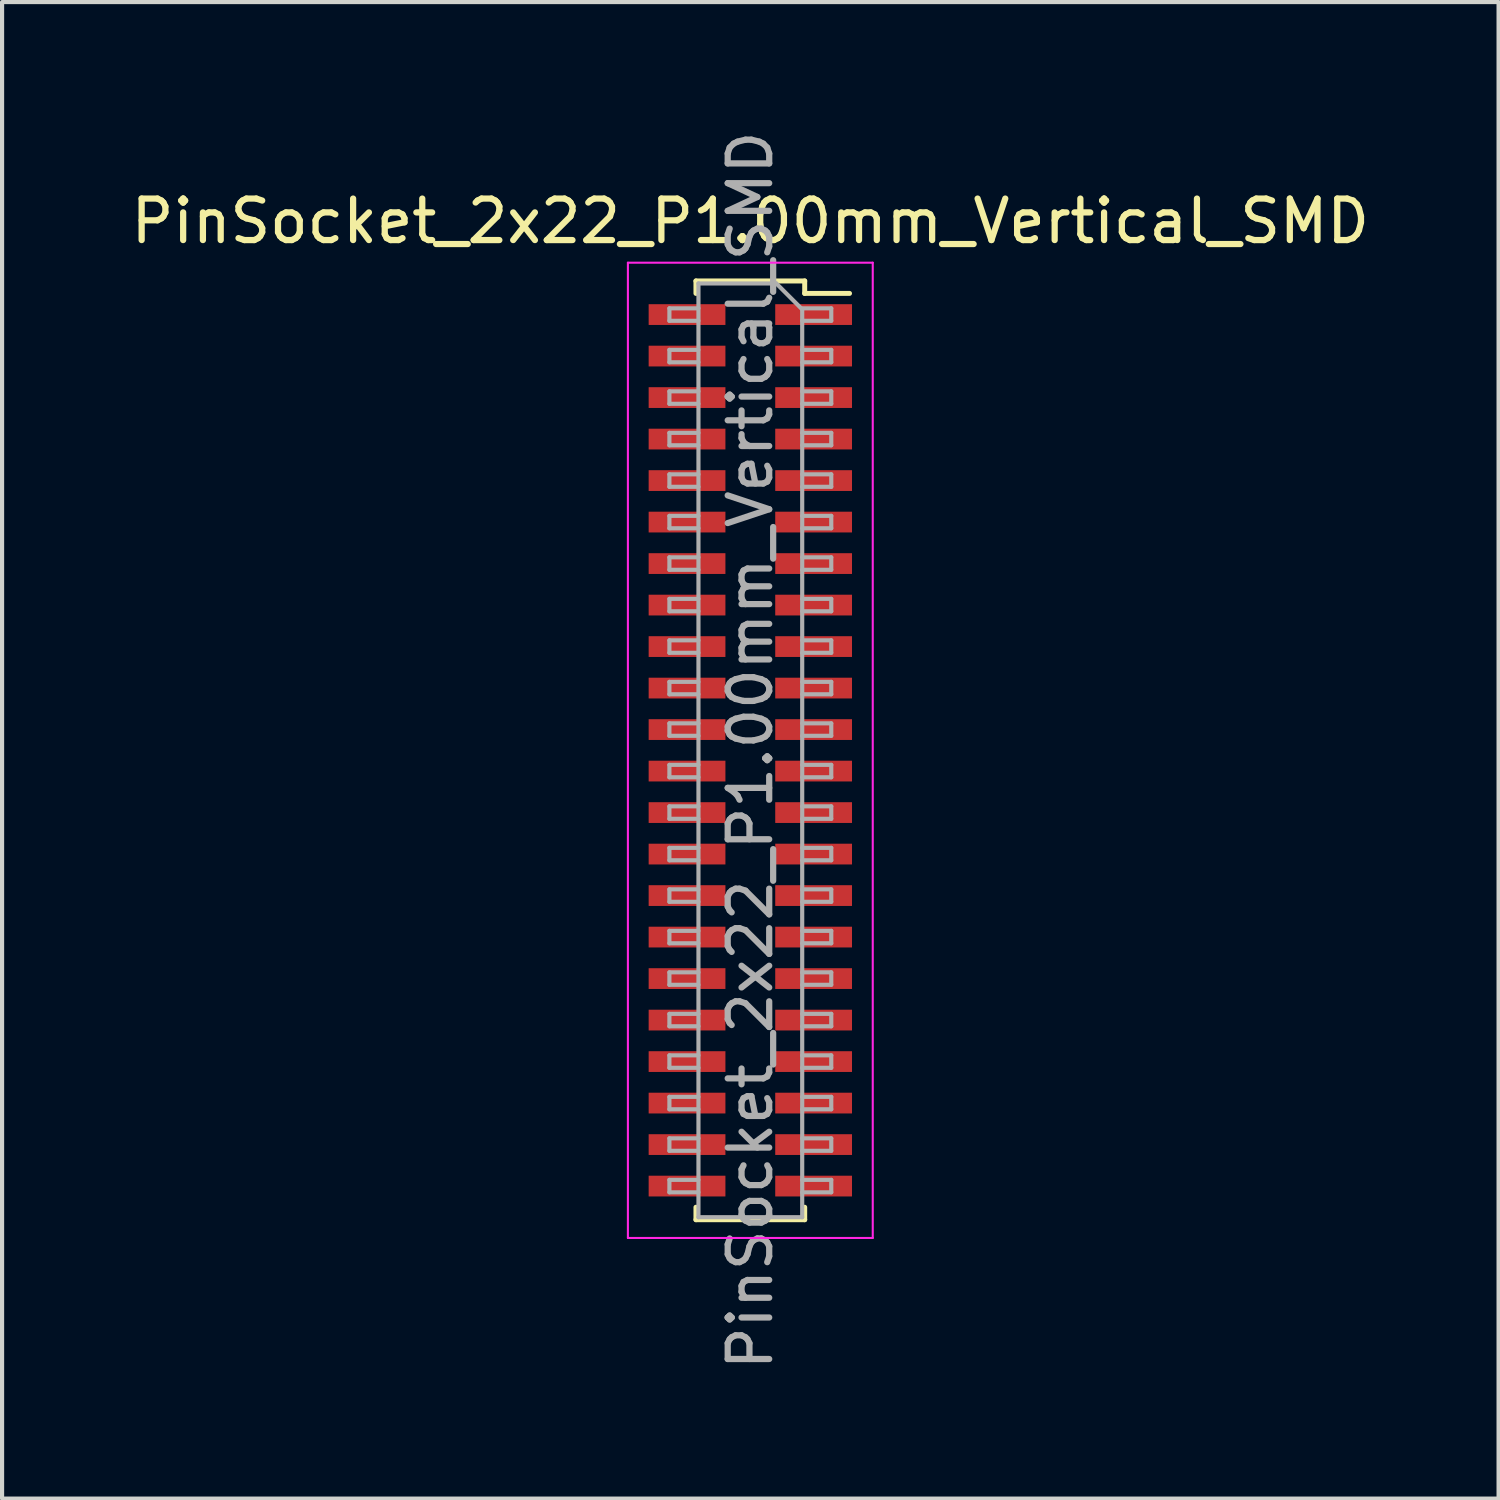
<source format=kicad_pcb>
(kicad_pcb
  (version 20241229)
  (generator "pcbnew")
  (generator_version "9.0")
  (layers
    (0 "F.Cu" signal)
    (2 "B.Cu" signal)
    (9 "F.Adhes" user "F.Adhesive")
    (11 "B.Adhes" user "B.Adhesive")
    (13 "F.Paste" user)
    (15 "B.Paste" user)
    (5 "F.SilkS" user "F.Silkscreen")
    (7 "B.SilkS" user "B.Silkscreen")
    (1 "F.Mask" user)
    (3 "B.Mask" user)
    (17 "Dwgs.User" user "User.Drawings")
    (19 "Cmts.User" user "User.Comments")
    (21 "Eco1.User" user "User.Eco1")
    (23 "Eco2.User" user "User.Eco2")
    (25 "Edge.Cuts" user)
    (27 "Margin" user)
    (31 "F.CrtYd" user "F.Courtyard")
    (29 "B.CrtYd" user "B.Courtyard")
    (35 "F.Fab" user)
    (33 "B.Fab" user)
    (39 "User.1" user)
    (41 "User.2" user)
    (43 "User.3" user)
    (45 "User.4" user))
  (footprint "PinSocket_2x22_P1.00mm_Vertical_SMD"
    (layer "F.Cu")
    (at 15.03 15.03)
    (property "Reference" "PinSocket_2x22_P1.00mm_Vertical_SMD" (at 0 -12.75 0) (layer "F.SilkS") (effects (font (size 1 1) (thickness 0.15))))
    (attr smd)
    (fp_line (start -1.31 -11.31) (end -1.31 -11.01) (stroke (width 0.12) (type solid)) (layer "F.SilkS"))
    (fp_line (start -1.31 -11.31) (end 1.31 -11.31) (stroke (width 0.12) (type solid)) (layer "F.SilkS"))
    (fp_line (start -1.31 11.01) (end -1.31 11.31) (stroke (width 0.12) (type solid)) (layer "F.SilkS"))
    (fp_line (start -1.31 11.31) (end 1.31 11.31) (stroke (width 0.12) (type solid)) (layer "F.SilkS"))
    (fp_line (start 1.31 -11.31) (end 1.31 -11.01) (stroke (width 0.12) (type solid)) (layer "F.SilkS"))
    (fp_line (start 1.31 -11.01) (end 2.39 -11.01) (stroke (width 0.12) (type solid)) (layer "F.SilkS"))
    (fp_line (start 1.31 11.01) (end 1.31 11.31) (stroke (width 0.12) (type solid)) (layer "F.SilkS"))
    (fp_line (start -2.95 -11.75) (end 2.95 -11.75) (stroke (width 0.05) (type solid)) (layer "F.CrtYd"))
    (fp_line (start -2.95 11.75) (end -2.95 -11.75) (stroke (width 0.05) (type solid)) (layer "F.CrtYd"))
    (fp_line (start 2.95 -11.75) (end 2.95 11.75) (stroke (width 0.05) (type solid)) (layer "F.CrtYd"))
    (fp_line (start 2.95 11.75) (end -2.95 11.75) (stroke (width 0.05) (type solid)) (layer "F.CrtYd"))
    (fp_line (start -1.95 -10.65) (end -1.25 -10.65) (stroke (width 0.1) (type solid)) (layer "F.Fab"))
    (fp_line (start -1.95 -10.35) (end -1.95 -10.65) (stroke (width 0.1) (type solid)) (layer "F.Fab"))
    (fp_line (start -1.95 -9.65) (end -1.25 -9.65) (stroke (width 0.1) (type solid)) (layer "F.Fab"))
    (fp_line (start -1.95 -9.35) (end -1.95 -9.65) (stroke (width 0.1) (type solid)) (layer "F.Fab"))
    (fp_line (start -1.95 -8.65) (end -1.25 -8.65) (stroke (width 0.1) (type solid)) (layer "F.Fab"))
    (fp_line (start -1.95 -8.35) (end -1.95 -8.65) (stroke (width 0.1) (type solid)) (layer "F.Fab"))
    (fp_line (start -1.95 -7.65) (end -1.25 -7.65) (stroke (width 0.1) (type solid)) (layer "F.Fab"))
    (fp_line (start -1.95 -7.35) (end -1.95 -7.65) (stroke (width 0.1) (type solid)) (layer "F.Fab"))
    (fp_line (start -1.95 -6.65) (end -1.25 -6.65) (stroke (width 0.1) (type solid)) (layer "F.Fab"))
    (fp_line (start -1.95 -6.35) (end -1.95 -6.65) (stroke (width 0.1) (type solid)) (layer "F.Fab"))
    (fp_line (start -1.95 -5.65) (end -1.25 -5.65) (stroke (width 0.1) (type solid)) (layer "F.Fab"))
    (fp_line (start -1.95 -5.35) (end -1.95 -5.65) (stroke (width 0.1) (type solid)) (layer "F.Fab"))
    (fp_line (start -1.95 -4.65) (end -1.25 -4.65) (stroke (width 0.1) (type solid)) (layer "F.Fab"))
    (fp_line (start -1.95 -4.35) (end -1.95 -4.65) (stroke (width 0.1) (type solid)) (layer "F.Fab"))
    (fp_line (start -1.95 -3.65) (end -1.25 -3.65) (stroke (width 0.1) (type solid)) (layer "F.Fab"))
    (fp_line (start -1.95 -3.35) (end -1.95 -3.65) (stroke (width 0.1) (type solid)) (layer "F.Fab"))
    (fp_line (start -1.95 -2.65) (end -1.25 -2.65) (stroke (width 0.1) (type solid)) (layer "F.Fab"))
    (fp_line (start -1.95 -2.35) (end -1.95 -2.65) (stroke (width 0.1) (type solid)) (layer "F.Fab"))
    (fp_line (start -1.95 -1.65) (end -1.25 -1.65) (stroke (width 0.1) (type solid)) (layer "F.Fab"))
    (fp_line (start -1.95 -1.35) (end -1.95 -1.65) (stroke (width 0.1) (type solid)) (layer "F.Fab"))
    (fp_line (start -1.95 -0.65) (end -1.25 -0.65) (stroke (width 0.1) (type solid)) (layer "F.Fab"))
    (fp_line (start -1.95 -0.35) (end -1.95 -0.65) (stroke (width 0.1) (type solid)) (layer "F.Fab"))
    (fp_line (start -1.95 0.35) (end -1.25 0.35) (stroke (width 0.1) (type solid)) (layer "F.Fab"))
    (fp_line (start -1.95 0.65) (end -1.95 0.35) (stroke (width 0.1) (type solid)) (layer "F.Fab"))
    (fp_line (start -1.95 1.35) (end -1.25 1.35) (stroke (width 0.1) (type solid)) (layer "F.Fab"))
    (fp_line (start -1.95 1.65) (end -1.95 1.35) (stroke (width 0.1) (type solid)) (layer "F.Fab"))
    (fp_line (start -1.95 2.35) (end -1.25 2.35) (stroke (width 0.1) (type solid)) (layer "F.Fab"))
    (fp_line (start -1.95 2.65) (end -1.95 2.35) (stroke (width 0.1) (type solid)) (layer "F.Fab"))
    (fp_line (start -1.95 3.35) (end -1.25 3.35) (stroke (width 0.1) (type solid)) (layer "F.Fab"))
    (fp_line (start -1.95 3.65) (end -1.95 3.35) (stroke (width 0.1) (type solid)) (layer "F.Fab"))
    (fp_line (start -1.95 4.35) (end -1.25 4.35) (stroke (width 0.1) (type solid)) (layer "F.Fab"))
    (fp_line (start -1.95 4.65) (end -1.95 4.35) (stroke (width 0.1) (type solid)) (layer "F.Fab"))
    (fp_line (start -1.95 5.35) (end -1.25 5.35) (stroke (width 0.1) (type solid)) (layer "F.Fab"))
    (fp_line (start -1.95 5.65) (end -1.95 5.35) (stroke (width 0.1) (type solid)) (layer "F.Fab"))
    (fp_line (start -1.95 6.35) (end -1.25 6.35) (stroke (width 0.1) (type solid)) (layer "F.Fab"))
    (fp_line (start -1.95 6.65) (end -1.95 6.35) (stroke (width 0.1) (type solid)) (layer "F.Fab"))
    (fp_line (start -1.95 7.35) (end -1.25 7.35) (stroke (width 0.1) (type solid)) (layer "F.Fab"))
    (fp_line (start -1.95 7.65) (end -1.95 7.35) (stroke (width 0.1) (type solid)) (layer "F.Fab"))
    (fp_line (start -1.95 8.35) (end -1.25 8.35) (stroke (width 0.1) (type solid)) (layer "F.Fab"))
    (fp_line (start -1.95 8.65) (end -1.95 8.35) (stroke (width 0.1) (type solid)) (layer "F.Fab"))
    (fp_line (start -1.95 9.35) (end -1.25 9.35) (stroke (width 0.1) (type solid)) (layer "F.Fab"))
    (fp_line (start -1.95 9.65) (end -1.95 9.35) (stroke (width 0.1) (type solid)) (layer "F.Fab"))
    (fp_line (start -1.95 10.35) (end -1.25 10.35) (stroke (width 0.1) (type solid)) (layer "F.Fab"))
    (fp_line (start -1.95 10.65) (end -1.95 10.35) (stroke (width 0.1) (type solid)) (layer "F.Fab"))
    (fp_line (start -1.25 -11.25) (end 0.625 -11.25) (stroke (width 0.1) (type solid)) (layer "F.Fab"))
    (fp_line (start -1.25 -10.35) (end -1.95 -10.35) (stroke (width 0.1) (type solid)) (layer "F.Fab"))
    (fp_line (start -1.25 -9.35) (end -1.95 -9.35) (stroke (width 0.1) (type solid)) (layer "F.Fab"))
    (fp_line (start -1.25 -8.35) (end -1.95 -8.35) (stroke (width 0.1) (type solid)) (layer "F.Fab"))
    (fp_line (start -1.25 -7.35) (end -1.95 -7.35) (stroke (width 0.1) (type solid)) (layer "F.Fab"))
    (fp_line (start -1.25 -6.35) (end -1.95 -6.35) (stroke (width 0.1) (type solid)) (layer "F.Fab"))
    (fp_line (start -1.25 -5.35) (end -1.95 -5.35) (stroke (width 0.1) (type solid)) (layer "F.Fab"))
    (fp_line (start -1.25 -4.35) (end -1.95 -4.35) (stroke (width 0.1) (type solid)) (layer "F.Fab"))
    (fp_line (start -1.25 -3.35) (end -1.95 -3.35) (stroke (width 0.1) (type solid)) (layer "F.Fab"))
    (fp_line (start -1.25 -2.35) (end -1.95 -2.35) (stroke (width 0.1) (type solid)) (layer "F.Fab"))
    (fp_line (start -1.25 -1.35) (end -1.95 -1.35) (stroke (width 0.1) (type solid)) (layer "F.Fab"))
    (fp_line (start -1.25 -0.35) (end -1.95 -0.35) (stroke (width 0.1) (type solid)) (layer "F.Fab"))
    (fp_line (start -1.25 0.65) (end -1.95 0.65) (stroke (width 0.1) (type solid)) (layer "F.Fab"))
    (fp_line (start -1.25 1.65) (end -1.95 1.65) (stroke (width 0.1) (type solid)) (layer "F.Fab"))
    (fp_line (start -1.25 2.65) (end -1.95 2.65) (stroke (width 0.1) (type solid)) (layer "F.Fab"))
    (fp_line (start -1.25 3.65) (end -1.95 3.65) (stroke (width 0.1) (type solid)) (layer "F.Fab"))
    (fp_line (start -1.25 4.65) (end -1.95 4.65) (stroke (width 0.1) (type solid)) (layer "F.Fab"))
    (fp_line (start -1.25 5.65) (end -1.95 5.65) (stroke (width 0.1) (type solid)) (layer "F.Fab"))
    (fp_line (start -1.25 6.65) (end -1.95 6.65) (stroke (width 0.1) (type solid)) (layer "F.Fab"))
    (fp_line (start -1.25 7.65) (end -1.95 7.65) (stroke (width 0.1) (type solid)) (layer "F.Fab"))
    (fp_line (start -1.25 8.65) (end -1.95 8.65) (stroke (width 0.1) (type solid)) (layer "F.Fab"))
    (fp_line (start -1.25 9.65) (end -1.95 9.65) (stroke (width 0.1) (type solid)) (layer "F.Fab"))
    (fp_line (start -1.25 10.65) (end -1.95 10.65) (stroke (width 0.1) (type solid)) (layer "F.Fab"))
    (fp_line (start -1.25 11.25) (end -1.25 -11.25) (stroke (width 0.1) (type solid)) (layer "F.Fab"))
    (fp_line (start 0.625 -11.25) (end 1.25 -10.625) (stroke (width 0.1) (type solid)) (layer "F.Fab"))
    (fp_line (start 1.25 -10.65) (end 1.95 -10.65) (stroke (width 0.1) (type solid)) (layer "F.Fab"))
    (fp_line (start 1.25 -10.625) (end 1.25 11.25) (stroke (width 0.1) (type solid)) (layer "F.Fab"))
    (fp_line (start 1.25 -9.65) (end 1.95 -9.65) (stroke (width 0.1) (type solid)) (layer "F.Fab"))
    (fp_line (start 1.25 -8.65) (end 1.95 -8.65) (stroke (width 0.1) (type solid)) (layer "F.Fab"))
    (fp_line (start 1.25 -7.65) (end 1.95 -7.65) (stroke (width 0.1) (type solid)) (layer "F.Fab"))
    (fp_line (start 1.25 -6.65) (end 1.95 -6.65) (stroke (width 0.1) (type solid)) (layer "F.Fab"))
    (fp_line (start 1.25 -5.65) (end 1.95 -5.65) (stroke (width 0.1) (type solid)) (layer "F.Fab"))
    (fp_line (start 1.25 -4.65) (end 1.95 -4.65) (stroke (width 0.1) (type solid)) (layer "F.Fab"))
    (fp_line (start 1.25 -3.65) (end 1.95 -3.65) (stroke (width 0.1) (type solid)) (layer "F.Fab"))
    (fp_line (start 1.25 -2.65) (end 1.95 -2.65) (stroke (width 0.1) (type solid)) (layer "F.Fab"))
    (fp_line (start 1.25 -1.65) (end 1.95 -1.65) (stroke (width 0.1) (type solid)) (layer "F.Fab"))
    (fp_line (start 1.25 -0.65) (end 1.95 -0.65) (stroke (width 0.1) (type solid)) (layer "F.Fab"))
    (fp_line (start 1.25 0.35) (end 1.95 0.35) (stroke (width 0.1) (type solid)) (layer "F.Fab"))
    (fp_line (start 1.25 1.35) (end 1.95 1.35) (stroke (width 0.1) (type solid)) (layer "F.Fab"))
    (fp_line (start 1.25 2.35) (end 1.95 2.35) (stroke (width 0.1) (type solid)) (layer "F.Fab"))
    (fp_line (start 1.25 3.35) (end 1.95 3.35) (stroke (width 0.1) (type solid)) (layer "F.Fab"))
    (fp_line (start 1.25 4.35) (end 1.95 4.35) (stroke (width 0.1) (type solid)) (layer "F.Fab"))
    (fp_line (start 1.25 5.35) (end 1.95 5.35) (stroke (width 0.1) (type solid)) (layer "F.Fab"))
    (fp_line (start 1.25 6.35) (end 1.95 6.35) (stroke (width 0.1) (type solid)) (layer "F.Fab"))
    (fp_line (start 1.25 7.35) (end 1.95 7.35) (stroke (width 0.1) (type solid)) (layer "F.Fab"))
    (fp_line (start 1.25 8.35) (end 1.95 8.35) (stroke (width 0.1) (type solid)) (layer "F.Fab"))
    (fp_line (start 1.25 9.35) (end 1.95 9.35) (stroke (width 0.1) (type solid)) (layer "F.Fab"))
    (fp_line (start 1.25 10.35) (end 1.95 10.35) (stroke (width 0.1) (type solid)) (layer "F.Fab"))
    (fp_line (start 1.25 11.25) (end -1.25 11.25) (stroke (width 0.1) (type solid)) (layer "F.Fab"))
    (fp_line (start 1.95 -10.65) (end 1.95 -10.35) (stroke (width 0.1) (type solid)) (layer "F.Fab"))
    (fp_line (start 1.95 -10.35) (end 1.25 -10.35) (stroke (width 0.1) (type solid)) (layer "F.Fab"))
    (fp_line (start 1.95 -9.65) (end 1.95 -9.35) (stroke (width 0.1) (type solid)) (layer "F.Fab"))
    (fp_line (start 1.95 -9.35) (end 1.25 -9.35) (stroke (width 0.1) (type solid)) (layer "F.Fab"))
    (fp_line (start 1.95 -8.65) (end 1.95 -8.35) (stroke (width 0.1) (type solid)) (layer "F.Fab"))
    (fp_line (start 1.95 -8.35) (end 1.25 -8.35) (stroke (width 0.1) (type solid)) (layer "F.Fab"))
    (fp_line (start 1.95 -7.65) (end 1.95 -7.35) (stroke (width 0.1) (type solid)) (layer "F.Fab"))
    (fp_line (start 1.95 -7.35) (end 1.25 -7.35) (stroke (width 0.1) (type solid)) (layer "F.Fab"))
    (fp_line (start 1.95 -6.65) (end 1.95 -6.35) (stroke (width 0.1) (type solid)) (layer "F.Fab"))
    (fp_line (start 1.95 -6.35) (end 1.25 -6.35) (stroke (width 0.1) (type solid)) (layer "F.Fab"))
    (fp_line (start 1.95 -5.65) (end 1.95 -5.35) (stroke (width 0.1) (type solid)) (layer "F.Fab"))
    (fp_line (start 1.95 -5.35) (end 1.25 -5.35) (stroke (width 0.1) (type solid)) (layer "F.Fab"))
    (fp_line (start 1.95 -4.65) (end 1.95 -4.35) (stroke (width 0.1) (type solid)) (layer "F.Fab"))
    (fp_line (start 1.95 -4.35) (end 1.25 -4.35) (stroke (width 0.1) (type solid)) (layer "F.Fab"))
    (fp_line (start 1.95 -3.65) (end 1.95 -3.35) (stroke (width 0.1) (type solid)) (layer "F.Fab"))
    (fp_line (start 1.95 -3.35) (end 1.25 -3.35) (stroke (width 0.1) (type solid)) (layer "F.Fab"))
    (fp_line (start 1.95 -2.65) (end 1.95 -2.35) (stroke (width 0.1) (type solid)) (layer "F.Fab"))
    (fp_line (start 1.95 -2.35) (end 1.25 -2.35) (stroke (width 0.1) (type solid)) (layer "F.Fab"))
    (fp_line (start 1.95 -1.65) (end 1.95 -1.35) (stroke (width 0.1) (type solid)) (layer "F.Fab"))
    (fp_line (start 1.95 -1.35) (end 1.25 -1.35) (stroke (width 0.1) (type solid)) (layer "F.Fab"))
    (fp_line (start 1.95 -0.65) (end 1.95 -0.35) (stroke (width 0.1) (type solid)) (layer "F.Fab"))
    (fp_line (start 1.95 -0.35) (end 1.25 -0.35) (stroke (width 0.1) (type solid)) (layer "F.Fab"))
    (fp_line (start 1.95 0.35) (end 1.95 0.65) (stroke (width 0.1) (type solid)) (layer "F.Fab"))
    (fp_line (start 1.95 0.65) (end 1.25 0.65) (stroke (width 0.1) (type solid)) (layer "F.Fab"))
    (fp_line (start 1.95 1.35) (end 1.95 1.65) (stroke (width 0.1) (type solid)) (layer "F.Fab"))
    (fp_line (start 1.95 1.65) (end 1.25 1.65) (stroke (width 0.1) (type solid)) (layer "F.Fab"))
    (fp_line (start 1.95 2.35) (end 1.95 2.65) (stroke (width 0.1) (type solid)) (layer "F.Fab"))
    (fp_line (start 1.95 2.65) (end 1.25 2.65) (stroke (width 0.1) (type solid)) (layer "F.Fab"))
    (fp_line (start 1.95 3.35) (end 1.95 3.65) (stroke (width 0.1) (type solid)) (layer "F.Fab"))
    (fp_line (start 1.95 3.65) (end 1.25 3.65) (stroke (width 0.1) (type solid)) (layer "F.Fab"))
    (fp_line (start 1.95 4.35) (end 1.95 4.65) (stroke (width 0.1) (type solid)) (layer "F.Fab"))
    (fp_line (start 1.95 4.65) (end 1.25 4.65) (stroke (width 0.1) (type solid)) (layer "F.Fab"))
    (fp_line (start 1.95 5.35) (end 1.95 5.65) (stroke (width 0.1) (type solid)) (layer "F.Fab"))
    (fp_line (start 1.95 5.65) (end 1.25 5.65) (stroke (width 0.1) (type solid)) (layer "F.Fab"))
    (fp_line (start 1.95 6.35) (end 1.95 6.65) (stroke (width 0.1) (type solid)) (layer "F.Fab"))
    (fp_line (start 1.95 6.65) (end 1.25 6.65) (stroke (width 0.1) (type solid)) (layer "F.Fab"))
    (fp_line (start 1.95 7.35) (end 1.95 7.65) (stroke (width 0.1) (type solid)) (layer "F.Fab"))
    (fp_line (start 1.95 7.65) (end 1.25 7.65) (stroke (width 0.1) (type solid)) (layer "F.Fab"))
    (fp_line (start 1.95 8.35) (end 1.95 8.65) (stroke (width 0.1) (type solid)) (layer "F.Fab"))
    (fp_line (start 1.95 8.65) (end 1.25 8.65) (stroke (width 0.1) (type solid)) (layer "F.Fab"))
    (fp_line (start 1.95 9.35) (end 1.95 9.65) (stroke (width 0.1) (type solid)) (layer "F.Fab"))
    (fp_line (start 1.95 9.65) (end 1.25 9.65) (stroke (width 0.1) (type solid)) (layer "F.Fab"))
    (fp_line (start 1.95 10.35) (end 1.95 10.65) (stroke (width 0.1) (type solid)) (layer "F.Fab"))
    (fp_line (start 1.95 10.65) (end 1.25 10.65) (stroke (width 0.1) (type solid)) (layer "F.Fab"))
    (fp_text user "${REFERENCE}" (at 0 0 90) (layer "F.Fab") (effects (font (size 1 1) (thickness 0.15))))
    (pad "1" smd rect (at 1.525 -10.5) (size 1.85 0.5) (layers "F.Cu" "F.Mask" "F.Paste"))
    (pad "2" smd rect (at -1.525 -10.5) (size 1.85 0.5) (layers "F.Cu" "F.Mask" "F.Paste"))
    (pad "3" smd rect (at 1.525 -9.5) (size 1.85 0.5) (layers "F.Cu" "F.Mask" "F.Paste"))
    (pad "4" smd rect (at -1.525 -9.5) (size 1.85 0.5) (layers "F.Cu" "F.Mask" "F.Paste"))
    (pad "5" smd rect (at 1.525 -8.5) (size 1.85 0.5) (layers "F.Cu" "F.Mask" "F.Paste"))
    (pad "6" smd rect (at -1.525 -8.5) (size 1.85 0.5) (layers "F.Cu" "F.Mask" "F.Paste"))
    (pad "7" smd rect (at 1.525 -7.5) (size 1.85 0.5) (layers "F.Cu" "F.Mask" "F.Paste"))
    (pad "8" smd rect (at -1.525 -7.5) (size 1.85 0.5) (layers "F.Cu" "F.Mask" "F.Paste"))
    (pad "9" smd rect (at 1.525 -6.5) (size 1.85 0.5) (layers "F.Cu" "F.Mask" "F.Paste"))
    (pad "10" smd rect (at -1.525 -6.5) (size 1.85 0.5) (layers "F.Cu" "F.Mask" "F.Paste"))
    (pad "11" smd rect (at 1.525 -5.5) (size 1.85 0.5) (layers "F.Cu" "F.Mask" "F.Paste"))
    (pad "12" smd rect (at -1.525 -5.5) (size 1.85 0.5) (layers "F.Cu" "F.Mask" "F.Paste"))
    (pad "13" smd rect (at 1.525 -4.5) (size 1.85 0.5) (layers "F.Cu" "F.Mask" "F.Paste"))
    (pad "14" smd rect (at -1.525 -4.5) (size 1.85 0.5) (layers "F.Cu" "F.Mask" "F.Paste"))
    (pad "15" smd rect (at 1.525 -3.5) (size 1.85 0.5) (layers "F.Cu" "F.Mask" "F.Paste"))
    (pad "16" smd rect (at -1.525 -3.5) (size 1.85 0.5) (layers "F.Cu" "F.Mask" "F.Paste"))
    (pad "17" smd rect (at 1.525 -2.5) (size 1.85 0.5) (layers "F.Cu" "F.Mask" "F.Paste"))
    (pad "18" smd rect (at -1.525 -2.5) (size 1.85 0.5) (layers "F.Cu" "F.Mask" "F.Paste"))
    (pad "19" smd rect (at 1.525 -1.5) (size 1.85 0.5) (layers "F.Cu" "F.Mask" "F.Paste"))
    (pad "20" smd rect (at -1.525 -1.5) (size 1.85 0.5) (layers "F.Cu" "F.Mask" "F.Paste"))
    (pad "21" smd rect (at 1.525 -0.5) (size 1.85 0.5) (layers "F.Cu" "F.Mask" "F.Paste"))
    (pad "22" smd rect (at -1.525 -0.5) (size 1.85 0.5) (layers "F.Cu" "F.Mask" "F.Paste"))
    (pad "23" smd rect (at 1.525 0.5) (size 1.85 0.5) (layers "F.Cu" "F.Mask" "F.Paste"))
    (pad "24" smd rect (at -1.525 0.5) (size 1.85 0.5) (layers "F.Cu" "F.Mask" "F.Paste"))
    (pad "25" smd rect (at 1.525 1.5) (size 1.85 0.5) (layers "F.Cu" "F.Mask" "F.Paste"))
    (pad "26" smd rect (at -1.525 1.5) (size 1.85 0.5) (layers "F.Cu" "F.Mask" "F.Paste"))
    (pad "27" smd rect (at 1.525 2.5) (size 1.85 0.5) (layers "F.Cu" "F.Mask" "F.Paste"))
    (pad "28" smd rect (at -1.525 2.5) (size 1.85 0.5) (layers "F.Cu" "F.Mask" "F.Paste"))
    (pad "29" smd rect (at 1.525 3.5) (size 1.85 0.5) (layers "F.Cu" "F.Mask" "F.Paste"))
    (pad "30" smd rect (at -1.525 3.5) (size 1.85 0.5) (layers "F.Cu" "F.Mask" "F.Paste"))
    (pad "31" smd rect (at 1.525 4.5) (size 1.85 0.5) (layers "F.Cu" "F.Mask" "F.Paste"))
    (pad "32" smd rect (at -1.525 4.5) (size 1.85 0.5) (layers "F.Cu" "F.Mask" "F.Paste"))
    (pad "33" smd rect (at 1.525 5.5) (size 1.85 0.5) (layers "F.Cu" "F.Mask" "F.Paste"))
    (pad "34" smd rect (at -1.525 5.5) (size 1.85 0.5) (layers "F.Cu" "F.Mask" "F.Paste"))
    (pad "35" smd rect (at 1.525 6.5) (size 1.85 0.5) (layers "F.Cu" "F.Mask" "F.Paste"))
    (pad "36" smd rect (at -1.525 6.5) (size 1.85 0.5) (layers "F.Cu" "F.Mask" "F.Paste"))
    (pad "37" smd rect (at 1.525 7.5) (size 1.85 0.5) (layers "F.Cu" "F.Mask" "F.Paste"))
    (pad "38" smd rect (at -1.525 7.5) (size 1.85 0.5) (layers "F.Cu" "F.Mask" "F.Paste"))
    (pad "39" smd rect (at 1.525 8.5) (size 1.85 0.5) (layers "F.Cu" "F.Mask" "F.Paste"))
    (pad "40" smd rect (at -1.525 8.5) (size 1.85 0.5) (layers "F.Cu" "F.Mask" "F.Paste"))
    (pad "41" smd rect (at 1.525 9.5) (size 1.85 0.5) (layers "F.Cu" "F.Mask" "F.Paste"))
    (pad "42" smd rect (at -1.525 9.5) (size 1.85 0.5) (layers "F.Cu" "F.Mask" "F.Paste"))
    (pad "43" smd rect (at 1.525 10.5) (size 1.85 0.5) (layers "F.Cu" "F.Mask" "F.Paste"))
    (pad "44" smd rect (at -1.525 10.5) (size 1.85 0.5) (layers "F.Cu" "F.Mask" "F.Paste")))
  (gr_rect
    (start -3 -3)
    (end 33.06 33.06)
    (stroke (width 0.1) (type default))
    (fill no)
    (layer "Edge.Cuts")))
</source>
